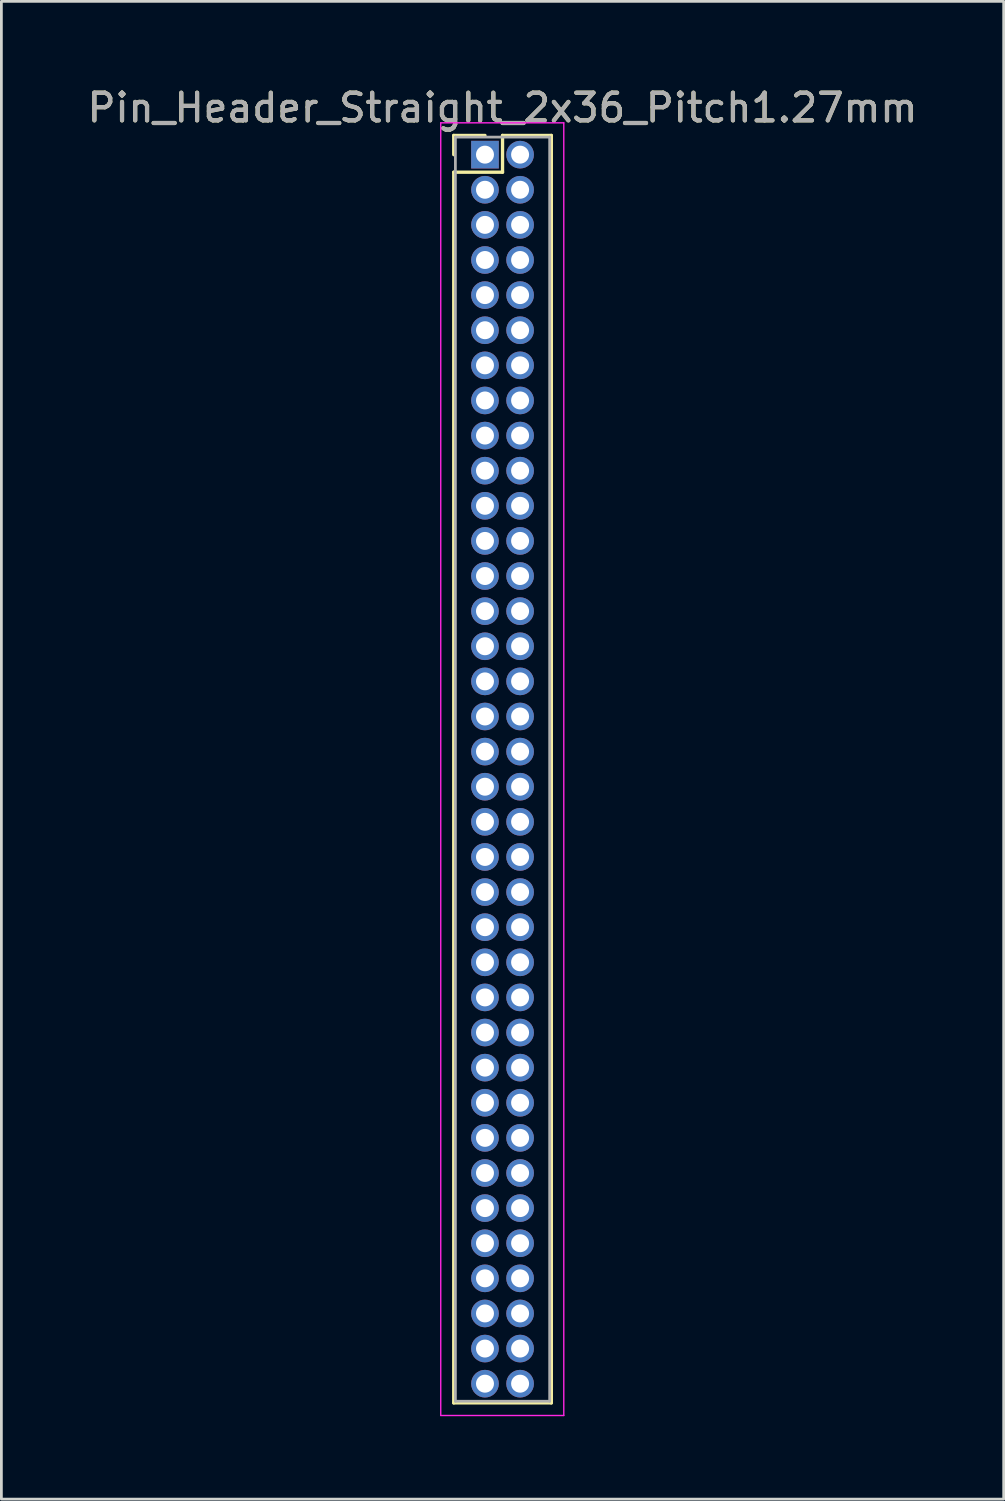
<source format=kicad_pcb>
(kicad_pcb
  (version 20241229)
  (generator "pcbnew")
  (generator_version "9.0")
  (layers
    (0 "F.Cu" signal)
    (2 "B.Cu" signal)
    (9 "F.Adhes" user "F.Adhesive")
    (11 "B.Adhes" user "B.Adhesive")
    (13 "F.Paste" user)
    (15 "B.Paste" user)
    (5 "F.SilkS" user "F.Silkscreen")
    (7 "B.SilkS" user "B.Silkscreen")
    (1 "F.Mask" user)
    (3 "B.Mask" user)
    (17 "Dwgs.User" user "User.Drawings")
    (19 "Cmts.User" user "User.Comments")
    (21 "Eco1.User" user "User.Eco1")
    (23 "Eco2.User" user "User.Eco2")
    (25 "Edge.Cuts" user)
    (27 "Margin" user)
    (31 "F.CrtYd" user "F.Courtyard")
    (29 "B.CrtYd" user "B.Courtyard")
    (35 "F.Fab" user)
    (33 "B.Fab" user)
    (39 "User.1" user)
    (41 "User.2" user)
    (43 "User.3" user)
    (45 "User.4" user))
  (footprint "Pin_Header_Straight_2x36_Pitch1.27mm"
    (layer "F.Cu")
    (at 14.49 2.543)
    (property "Reference" "Pin_Header_Straight_2x36_Pitch1.27mm" (at 0.635 -1.695 0) (layer "F.SilkS") (effects (font (size 1 1) (thickness 0.15))))
    (attr through_hole)
    (fp_line (start -1.13 -0.695) (end 0 -0.695) (stroke (width 0.12) (type solid)) (layer "F.SilkS"))
    (fp_line (start -1.13 0) (end -1.13 -0.695) (stroke (width 0.12) (type solid)) (layer "F.SilkS"))
    (fp_line (start -1.13 0.635) (end -1.13 45.145) (stroke (width 0.12) (type solid)) (layer "F.SilkS"))
    (fp_line (start -1.13 45.145) (end 2.4 45.145) (stroke (width 0.12) (type solid)) (layer "F.SilkS"))
    (fp_line (start 0.635 -0.695) (end 0.635 0.635) (stroke (width 0.12) (type solid)) (layer "F.SilkS"))
    (fp_line (start 0.635 0.635) (end -1.13 0.635) (stroke (width 0.12) (type solid)) (layer "F.SilkS"))
    (fp_line (start 2.4 -0.695) (end 0.635 -0.695) (stroke (width 0.12) (type solid)) (layer "F.SilkS"))
    (fp_line (start 2.4 45.145) (end 2.4 -0.695) (stroke (width 0.12) (type solid)) (layer "F.SilkS"))
    (fp_line (start -1.6 -1.15) (end -1.6 45.6) (stroke (width 0.05) (type solid)) (layer "F.CrtYd"))
    (fp_line (start -1.6 45.6) (end 2.85 45.6) (stroke (width 0.05) (type solid)) (layer "F.CrtYd"))
    (fp_line (start 2.85 -1.15) (end -1.6 -1.15) (stroke (width 0.05) (type solid)) (layer "F.CrtYd"))
    (fp_line (start 2.85 45.6) (end 2.85 -1.15) (stroke (width 0.05) (type solid)) (layer "F.CrtYd"))
    (fp_line (start -1.07 -0.635) (end -1.07 45.085) (stroke (width 0.1) (type solid)) (layer "F.Fab"))
    (fp_line (start -1.07 45.085) (end 2.34 45.085) (stroke (width 0.1) (type solid)) (layer "F.Fab"))
    (fp_line (start 2.34 -0.635) (end -1.07 -0.635) (stroke (width 0.1) (type solid)) (layer "F.Fab"))
    (fp_line (start 2.34 45.085) (end 2.34 -0.635) (stroke (width 0.1) (type solid)) (layer "F.Fab"))
    (fp_text user "${REFERENCE}" (at 0.635 -1.695 0) (layer "F.Fab") (effects (font (size 1 1) (thickness 0.15))))
    (pad "1" thru_hole rect (at 0 0) (size 1 1) (drill 0.65) (layers "*.Cu" "*.Mask"))
    (pad "2" thru_hole oval (at 1.27 0) (size 1 1) (drill 0.65) (layers "*.Cu" "*.Mask"))
    (pad "3" thru_hole oval (at 0 1.27) (size 1 1) (drill 0.65) (layers "*.Cu" "*.Mask"))
    (pad "4" thru_hole oval (at 1.27 1.27) (size 1 1) (drill 0.65) (layers "*.Cu" "*.Mask"))
    (pad "5" thru_hole oval (at 0 2.54) (size 1 1) (drill 0.65) (layers "*.Cu" "*.Mask"))
    (pad "6" thru_hole oval (at 1.27 2.54) (size 1 1) (drill 0.65) (layers "*.Cu" "*.Mask"))
    (pad "7" thru_hole oval (at 0 3.81) (size 1 1) (drill 0.65) (layers "*.Cu" "*.Mask"))
    (pad "8" thru_hole oval (at 1.27 3.81) (size 1 1) (drill 0.65) (layers "*.Cu" "*.Mask"))
    (pad "9" thru_hole oval (at 0 5.08) (size 1 1) (drill 0.65) (layers "*.Cu" "*.Mask"))
    (pad "10" thru_hole oval (at 1.27 5.08) (size 1 1) (drill 0.65) (layers "*.Cu" "*.Mask"))
    (pad "11" thru_hole oval (at 0 6.35) (size 1 1) (drill 0.65) (layers "*.Cu" "*.Mask"))
    (pad "12" thru_hole oval (at 1.27 6.35) (size 1 1) (drill 0.65) (layers "*.Cu" "*.Mask"))
    (pad "13" thru_hole oval (at 0 7.62) (size 1 1) (drill 0.65) (layers "*.Cu" "*.Mask"))
    (pad "14" thru_hole oval (at 1.27 7.62) (size 1 1) (drill 0.65) (layers "*.Cu" "*.Mask"))
    (pad "15" thru_hole oval (at 0 8.89) (size 1 1) (drill 0.65) (layers "*.Cu" "*.Mask"))
    (pad "16" thru_hole oval (at 1.27 8.89) (size 1 1) (drill 0.65) (layers "*.Cu" "*.Mask"))
    (pad "17" thru_hole oval (at 0 10.16) (size 1 1) (drill 0.65) (layers "*.Cu" "*.Mask"))
    (pad "18" thru_hole oval (at 1.27 10.16) (size 1 1) (drill 0.65) (layers "*.Cu" "*.Mask"))
    (pad "19" thru_hole oval (at 0 11.43) (size 1 1) (drill 0.65) (layers "*.Cu" "*.Mask"))
    (pad "20" thru_hole oval (at 1.27 11.43) (size 1 1) (drill 0.65) (layers "*.Cu" "*.Mask"))
    (pad "21" thru_hole oval (at 0 12.7) (size 1 1) (drill 0.65) (layers "*.Cu" "*.Mask"))
    (pad "22" thru_hole oval (at 1.27 12.7) (size 1 1) (drill 0.65) (layers "*.Cu" "*.Mask"))
    (pad "23" thru_hole oval (at 0 13.97) (size 1 1) (drill 0.65) (layers "*.Cu" "*.Mask"))
    (pad "24" thru_hole oval (at 1.27 13.97) (size 1 1) (drill 0.65) (layers "*.Cu" "*.Mask"))
    (pad "25" thru_hole oval (at 0 15.24) (size 1 1) (drill 0.65) (layers "*.Cu" "*.Mask"))
    (pad "26" thru_hole oval (at 1.27 15.24) (size 1 1) (drill 0.65) (layers "*.Cu" "*.Mask"))
    (pad "27" thru_hole oval (at 0 16.51) (size 1 1) (drill 0.65) (layers "*.Cu" "*.Mask"))
    (pad "28" thru_hole oval (at 1.27 16.51) (size 1 1) (drill 0.65) (layers "*.Cu" "*.Mask"))
    (pad "29" thru_hole oval (at 0 17.78) (size 1 1) (drill 0.65) (layers "*.Cu" "*.Mask"))
    (pad "30" thru_hole oval (at 1.27 17.78) (size 1 1) (drill 0.65) (layers "*.Cu" "*.Mask"))
    (pad "31" thru_hole oval (at 0 19.05) (size 1 1) (drill 0.65) (layers "*.Cu" "*.Mask"))
    (pad "32" thru_hole oval (at 1.27 19.05) (size 1 1) (drill 0.65) (layers "*.Cu" "*.Mask"))
    (pad "33" thru_hole oval (at 0 20.32) (size 1 1) (drill 0.65) (layers "*.Cu" "*.Mask"))
    (pad "34" thru_hole oval (at 1.27 20.32) (size 1 1) (drill 0.65) (layers "*.Cu" "*.Mask"))
    (pad "35" thru_hole oval (at 0 21.59) (size 1 1) (drill 0.65) (layers "*.Cu" "*.Mask"))
    (pad "36" thru_hole oval (at 1.27 21.59) (size 1 1) (drill 0.65) (layers "*.Cu" "*.Mask"))
    (pad "37" thru_hole oval (at 0 22.86) (size 1 1) (drill 0.65) (layers "*.Cu" "*.Mask"))
    (pad "38" thru_hole oval (at 1.27 22.86) (size 1 1) (drill 0.65) (layers "*.Cu" "*.Mask"))
    (pad "39" thru_hole oval (at 0 24.13) (size 1 1) (drill 0.65) (layers "*.Cu" "*.Mask"))
    (pad "40" thru_hole oval (at 1.27 24.13) (size 1 1) (drill 0.65) (layers "*.Cu" "*.Mask"))
    (pad "41" thru_hole oval (at 0 25.4) (size 1 1) (drill 0.65) (layers "*.Cu" "*.Mask"))
    (pad "42" thru_hole oval (at 1.27 25.4) (size 1 1) (drill 0.65) (layers "*.Cu" "*.Mask"))
    (pad "43" thru_hole oval (at 0 26.67) (size 1 1) (drill 0.65) (layers "*.Cu" "*.Mask"))
    (pad "44" thru_hole oval (at 1.27 26.67) (size 1 1) (drill 0.65) (layers "*.Cu" "*.Mask"))
    (pad "45" thru_hole oval (at 0 27.94) (size 1 1) (drill 0.65) (layers "*.Cu" "*.Mask"))
    (pad "46" thru_hole oval (at 1.27 27.94) (size 1 1) (drill 0.65) (layers "*.Cu" "*.Mask"))
    (pad "47" thru_hole oval (at 0 29.21) (size 1 1) (drill 0.65) (layers "*.Cu" "*.Mask"))
    (pad "48" thru_hole oval (at 1.27 29.21) (size 1 1) (drill 0.65) (layers "*.Cu" "*.Mask"))
    (pad "49" thru_hole oval (at 0 30.48) (size 1 1) (drill 0.65) (layers "*.Cu" "*.Mask"))
    (pad "50" thru_hole oval (at 1.27 30.48) (size 1 1) (drill 0.65) (layers "*.Cu" "*.Mask"))
    (pad "51" thru_hole oval (at 0 31.75) (size 1 1) (drill 0.65) (layers "*.Cu" "*.Mask"))
    (pad "52" thru_hole oval (at 1.27 31.75) (size 1 1) (drill 0.65) (layers "*.Cu" "*.Mask"))
    (pad "53" thru_hole oval (at 0 33.02) (size 1 1) (drill 0.65) (layers "*.Cu" "*.Mask"))
    (pad "54" thru_hole oval (at 1.27 33.02) (size 1 1) (drill 0.65) (layers "*.Cu" "*.Mask"))
    (pad "55" thru_hole oval (at 0 34.29) (size 1 1) (drill 0.65) (layers "*.Cu" "*.Mask"))
    (pad "56" thru_hole oval (at 1.27 34.29) (size 1 1) (drill 0.65) (layers "*.Cu" "*.Mask"))
    (pad "57" thru_hole oval (at 0 35.56) (size 1 1) (drill 0.65) (layers "*.Cu" "*.Mask"))
    (pad "58" thru_hole oval (at 1.27 35.56) (size 1 1) (drill 0.65) (layers "*.Cu" "*.Mask"))
    (pad "59" thru_hole oval (at 0 36.83) (size 1 1) (drill 0.65) (layers "*.Cu" "*.Mask"))
    (pad "60" thru_hole oval (at 1.27 36.83) (size 1 1) (drill 0.65) (layers "*.Cu" "*.Mask"))
    (pad "61" thru_hole oval (at 0 38.1) (size 1 1) (drill 0.65) (layers "*.Cu" "*.Mask"))
    (pad "62" thru_hole oval (at 1.27 38.1) (size 1 1) (drill 0.65) (layers "*.Cu" "*.Mask"))
    (pad "63" thru_hole oval (at 0 39.37) (size 1 1) (drill 0.65) (layers "*.Cu" "*.Mask"))
    (pad "64" thru_hole oval (at 1.27 39.37) (size 1 1) (drill 0.65) (layers "*.Cu" "*.Mask"))
    (pad "65" thru_hole oval (at 0 40.64) (size 1 1) (drill 0.65) (layers "*.Cu" "*.Mask"))
    (pad "66" thru_hole oval (at 1.27 40.64) (size 1 1) (drill 0.65) (layers "*.Cu" "*.Mask"))
    (pad "67" thru_hole oval (at 0 41.91) (size 1 1) (drill 0.65) (layers "*.Cu" "*.Mask"))
    (pad "68" thru_hole oval (at 1.27 41.91) (size 1 1) (drill 0.65) (layers "*.Cu" "*.Mask"))
    (pad "69" thru_hole oval (at 0 43.18) (size 1 1) (drill 0.65) (layers "*.Cu" "*.Mask"))
    (pad "70" thru_hole oval (at 1.27 43.18) (size 1 1) (drill 0.65) (layers "*.Cu" "*.Mask"))
    (pad "71" thru_hole oval (at 0 44.45) (size 1 1) (drill 0.65) (layers "*.Cu" "*.Mask"))
    (pad "72" thru_hole oval (at 1.27 44.45) (size 1 1) (drill 0.65) (layers "*.Cu" "*.Mask")))
  (gr_rect
    (start -3 -3)
    (end 33.25 51.168)
    (stroke (width 0.1) (type default))
    (fill no)
    (layer "Edge.Cuts")))
</source>
